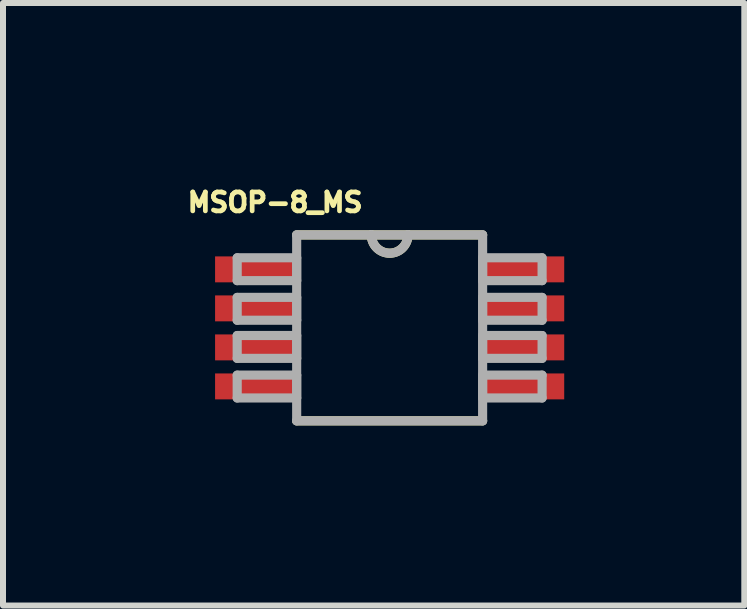
<source format=kicad_pcb>
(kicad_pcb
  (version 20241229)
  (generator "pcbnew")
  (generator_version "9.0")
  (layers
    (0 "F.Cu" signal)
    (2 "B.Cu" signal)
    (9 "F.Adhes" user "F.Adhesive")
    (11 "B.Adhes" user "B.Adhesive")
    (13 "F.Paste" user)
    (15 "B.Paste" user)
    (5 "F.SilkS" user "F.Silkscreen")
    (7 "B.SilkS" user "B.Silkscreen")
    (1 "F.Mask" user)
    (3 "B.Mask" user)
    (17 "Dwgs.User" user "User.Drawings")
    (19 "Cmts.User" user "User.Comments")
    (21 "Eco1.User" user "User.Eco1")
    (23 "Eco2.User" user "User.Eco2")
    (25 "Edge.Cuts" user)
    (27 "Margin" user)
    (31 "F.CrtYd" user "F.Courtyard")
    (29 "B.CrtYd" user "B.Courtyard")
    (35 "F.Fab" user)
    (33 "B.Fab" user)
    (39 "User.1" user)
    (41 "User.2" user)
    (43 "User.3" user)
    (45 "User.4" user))
  (footprint "MSOP-8_MS"
    (layer "F.Cu")
    (at 3.442 2.413)
    (property "Reference" "MSOP-8_MS" (at -1.908 -2.091 0) (layer "F.SilkS") (effects (font (size 0.315 0.315) (thickness 0.15))))
    (attr through_hole)
    (fp_line (start -1.549 1.549) (end 1.549 1.549) (stroke (width 0.152) (type solid)) (layer "F.SilkS"))
    (fp_line (start -0.305 -1.549) (end -1.549 -1.549) (stroke (width 0.152) (type solid)) (layer "F.SilkS"))
    (fp_line (start 0.305 -1.549) (end -0.305 -1.549) (stroke (width 0.152) (type solid)) (layer "F.SilkS"))
    (fp_line (start 1.549 -1.549) (end 0.305 -1.549) (stroke (width 0.152) (type solid)) (layer "F.SilkS"))
    (fp_arc (start 0.3048 -1.5494) (mid 0 -1.2446) (end -0.3048 -1.5494) (stroke (width 0.1524) (type solid)) (layer "F.SilkS"))
    (fp_line (start -2.54 -1.168) (end -2.54 -0.787) (stroke (width 0.152) (type solid)) (layer "F.Fab"))
    (fp_line (start -2.54 -0.787) (end -1.549 -0.787) (stroke (width 0.152) (type solid)) (layer "F.Fab"))
    (fp_line (start -2.54 -0.508) (end -2.54 -0.127) (stroke (width 0.152) (type solid)) (layer "F.Fab"))
    (fp_line (start -2.54 -0.127) (end -1.549 -0.127) (stroke (width 0.152) (type solid)) (layer "F.Fab"))
    (fp_line (start -2.54 0.127) (end -2.54 0.508) (stroke (width 0.152) (type solid)) (layer "F.Fab"))
    (fp_line (start -2.54 0.508) (end -1.549 0.508) (stroke (width 0.152) (type solid)) (layer "F.Fab"))
    (fp_line (start -2.54 0.787) (end -2.54 1.168) (stroke (width 0.152) (type solid)) (layer "F.Fab"))
    (fp_line (start -2.54 1.168) (end -1.549 1.168) (stroke (width 0.152) (type solid)) (layer "F.Fab"))
    (fp_line (start -1.549 -1.549) (end -1.549 1.549) (stroke (width 0.152) (type solid)) (layer "F.Fab"))
    (fp_line (start -1.549 -1.168) (end -2.54 -1.168) (stroke (width 0.152) (type solid)) (layer "F.Fab"))
    (fp_line (start -1.549 -0.787) (end -1.549 -1.168) (stroke (width 0.152) (type solid)) (layer "F.Fab"))
    (fp_line (start -1.549 -0.508) (end -2.54 -0.508) (stroke (width 0.152) (type solid)) (layer "F.Fab"))
    (fp_line (start -1.549 -0.127) (end -1.549 -0.508) (stroke (width 0.152) (type solid)) (layer "F.Fab"))
    (fp_line (start -1.549 0.127) (end -2.54 0.127) (stroke (width 0.152) (type solid)) (layer "F.Fab"))
    (fp_line (start -1.549 0.508) (end -1.549 0.127) (stroke (width 0.152) (type solid)) (layer "F.Fab"))
    (fp_line (start -1.549 0.787) (end -2.54 0.787) (stroke (width 0.152) (type solid)) (layer "F.Fab"))
    (fp_line (start -1.549 1.168) (end -1.549 0.787) (stroke (width 0.152) (type solid)) (layer "F.Fab"))
    (fp_line (start -1.549 1.549) (end 1.549 1.549) (stroke (width 0.152) (type solid)) (layer "F.Fab"))
    (fp_line (start -0.305 -1.549) (end -1.549 -1.549) (stroke (width 0.152) (type solid)) (layer "F.Fab"))
    (fp_line (start 0.305 -1.549) (end -0.305 -1.549) (stroke (width 0.152) (type solid)) (layer "F.Fab"))
    (fp_line (start 1.549 -1.549) (end 0.305 -1.549) (stroke (width 0.152) (type solid)) (layer "F.Fab"))
    (fp_line (start 1.549 -1.168) (end 1.549 -0.787) (stroke (width 0.152) (type solid)) (layer "F.Fab"))
    (fp_line (start 1.549 -0.787) (end 2.54 -0.787) (stroke (width 0.152) (type solid)) (layer "F.Fab"))
    (fp_line (start 1.549 -0.508) (end 1.549 -0.127) (stroke (width 0.152) (type solid)) (layer "F.Fab"))
    (fp_line (start 1.549 -0.127) (end 2.54 -0.127) (stroke (width 0.152) (type solid)) (layer "F.Fab"))
    (fp_line (start 1.549 0.127) (end 1.549 0.508) (stroke (width 0.152) (type solid)) (layer "F.Fab"))
    (fp_line (start 1.549 0.508) (end 2.54 0.508) (stroke (width 0.152) (type solid)) (layer "F.Fab"))
    (fp_line (start 1.549 0.787) (end 1.549 1.168) (stroke (width 0.152) (type solid)) (layer "F.Fab"))
    (fp_line (start 1.549 1.168) (end 2.54 1.168) (stroke (width 0.152) (type solid)) (layer "F.Fab"))
    (fp_line (start 1.549 1.549) (end 1.549 -1.549) (stroke (width 0.152) (type solid)) (layer "F.Fab"))
    (fp_line (start 2.54 -1.168) (end 1.549 -1.168) (stroke (width 0.152) (type solid)) (layer "F.Fab"))
    (fp_line (start 2.54 -0.787) (end 2.54 -1.168) (stroke (width 0.152) (type solid)) (layer "F.Fab"))
    (fp_line (start 2.54 -0.508) (end 1.549 -0.508) (stroke (width 0.152) (type solid)) (layer "F.Fab"))
    (fp_line (start 2.54 -0.127) (end 2.54 -0.508) (stroke (width 0.152) (type solid)) (layer "F.Fab"))
    (fp_line (start 2.54 0.127) (end 1.549 0.127) (stroke (width 0.152) (type solid)) (layer "F.Fab"))
    (fp_line (start 2.54 0.508) (end 2.54 0.127) (stroke (width 0.152) (type solid)) (layer "F.Fab"))
    (fp_line (start 2.54 0.787) (end 1.549 0.787) (stroke (width 0.152) (type solid)) (layer "F.Fab"))
    (fp_line (start 2.54 1.168) (end 2.54 0.787) (stroke (width 0.152) (type solid)) (layer "F.Fab"))
    (fp_arc (start 0.3048 -1.5494) (mid 0 -1.2446) (end -0.3048 -1.5494) (stroke (width 0.1524) (type solid)) (layer "F.Fab"))
    (pad "1" smd rect (at -2.21 -0.975) (size 1.397 0.432) (layers "F.Cu" "F.Mask" "F.Paste"))
    (pad "2" smd rect (at -2.21 -0.325) (size 1.397 0.432) (layers "F.Cu" "F.Mask" "F.Paste"))
    (pad "3" smd rect (at -2.21 0.325) (size 1.397 0.432) (layers "F.Cu" "F.Mask" "F.Paste"))
    (pad "4" smd rect (at -2.21 0.975) (size 1.397 0.432) (layers "F.Cu" "F.Mask" "F.Paste"))
    (pad "5" smd rect (at 2.21 0.975) (size 1.397 0.432) (layers "F.Cu" "F.Mask" "F.Paste"))
    (pad "6" smd rect (at 2.21 0.325) (size 1.397 0.432) (layers "F.Cu" "F.Mask" "F.Paste"))
    (pad "7" smd rect (at 2.21 -0.325) (size 1.397 0.432) (layers "F.Cu" "F.Mask" "F.Paste"))
    (pad "8" smd rect (at 2.21 -0.975) (size 1.397 0.432) (layers "F.Cu" "F.Mask" "F.Paste")))
  (gr_rect
    (start -3 -3)
    (end 9.351 7.039)
    (stroke (width 0.1) (type default))
    (fill no)
    (layer "Edge.Cuts")))
</source>
